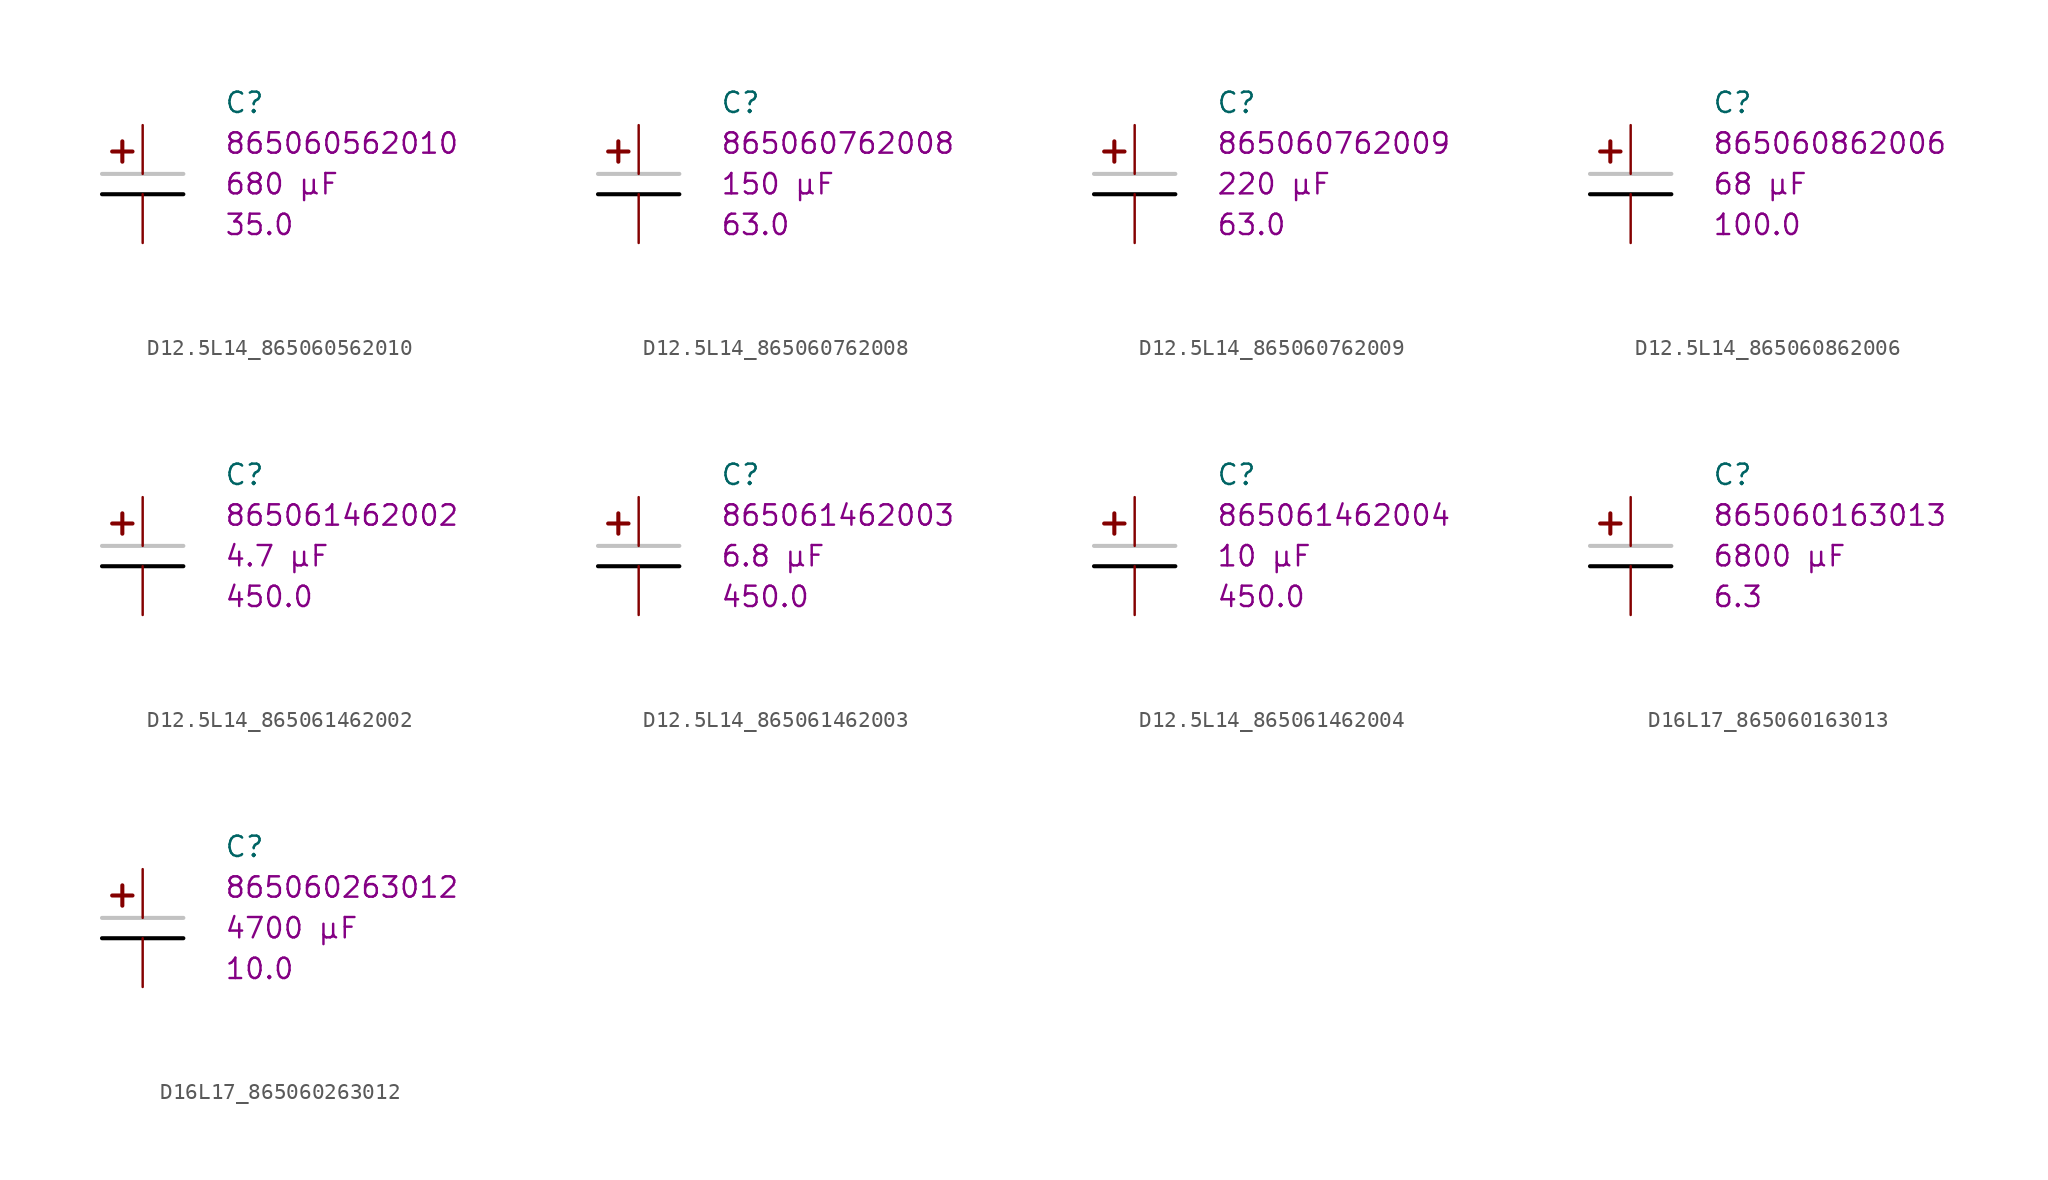
<source format=kicad_sym>
(kicad_symbol_lib
  (version 20220914)
  (generator kicad_symbol_editor)
  (symbol "D12.5L14_865060562010"
    (pin_numbers hide)
    (pin_names hide)
    (property "Reference" "C"
      (at 5.08 5.08 0)
      (effects (font (size 1.27 1.27)) (justify left)))
    (property "Part Number" "865060562010"
      (at 5.08 2.54 0)
      (effects (font (size 1.27 1.27)) (justify left)))
    (property "Capacitance" "680 µF"
      (at 5.08 0 0)
      (effects (font (size 1.27 1.27)) (justify left)))
    (property "Voltage" "35.0"
      (at 5.08 -2.54 0)
      (effects (font (size 1.27 1.27)) (justify left)))
    (property "Critical Parameter" ""
      (at 0 -7.62 0)
      (effects (font (size 1.27 1.27))))
    (symbol "D12.5L14_865060562010_1_1"
      (polyline (pts (xy -1.27 2.667) (xy -1.27 1.397)) (stroke (width 0.254) (type default)) (fill (type none)))
      (polyline (pts (xy -0.635 2.032) (xy -1.905 2.032)) (stroke (width 0.254) (type default)) (fill (type none)))
      (polyline (pts (xy 2.54 -0.635) (xy -2.54 -0.635)) (stroke (width 0.254) (type default) (color 0 0 0 1)) (fill (type none)))
      (polyline (pts (xy 2.54 0.635) (xy -2.54 0.635)) (stroke (width 0.254) (type default) (color 194 194 194 1)) (fill (type none)))
      (pin passive line (at 0 3.679 270) (length 3.044) (name "1" (effects (font (size 1.27 1.27)))) (number "1" (effects (font (size 1.27 1.27)))))
      (pin passive line (at 0 -3.679 90) (length 3.044) (name "2" (effects (font (size 1.27 1.27)))) (number "2" (effects (font (size 1.27 1.27)))))))
  (symbol "D12.5L14_865060762008"
    (pin_numbers hide)
    (pin_names hide)
    (property "Reference" "C"
      (at 5.08 5.08 0)
      (effects (font (size 1.27 1.27)) (justify left)))
    (property "Part Number" "865060762008"
      (at 5.08 2.54 0)
      (effects (font (size 1.27 1.27)) (justify left)))
    (property "Capacitance" "150 µF"
      (at 5.08 0 0)
      (effects (font (size 1.27 1.27)) (justify left)))
    (property "Voltage" "63.0"
      (at 5.08 -2.54 0)
      (effects (font (size 1.27 1.27)) (justify left)))
    (property "Critical Parameter" ""
      (at 0 -7.62 0)
      (effects (font (size 1.27 1.27))))
    (symbol "D12.5L14_865060762008_1_1"
      (polyline (pts (xy -1.27 2.667) (xy -1.27 1.397)) (stroke (width 0.254) (type default)) (fill (type none)))
      (polyline (pts (xy -0.635 2.032) (xy -1.905 2.032)) (stroke (width 0.254) (type default)) (fill (type none)))
      (polyline (pts (xy 2.54 -0.635) (xy -2.54 -0.635)) (stroke (width 0.254) (type default) (color 0 0 0 1)) (fill (type none)))
      (polyline (pts (xy 2.54 0.635) (xy -2.54 0.635)) (stroke (width 0.254) (type default) (color 194 194 194 1)) (fill (type none)))
      (pin passive line (at 0 3.679 270) (length 3.044) (name "1" (effects (font (size 1.27 1.27)))) (number "1" (effects (font (size 1.27 1.27)))))
      (pin passive line (at 0 -3.679 90) (length 3.044) (name "2" (effects (font (size 1.27 1.27)))) (number "2" (effects (font (size 1.27 1.27)))))))
  (symbol "D12.5L14_865060762009"
    (pin_numbers hide)
    (pin_names hide)
    (property "Reference" "C"
      (at 5.08 5.08 0)
      (effects (font (size 1.27 1.27)) (justify left)))
    (property "Part Number" "865060762009"
      (at 5.08 2.54 0)
      (effects (font (size 1.27 1.27)) (justify left)))
    (property "Capacitance" "220 µF"
      (at 5.08 0 0)
      (effects (font (size 1.27 1.27)) (justify left)))
    (property "Voltage" "63.0"
      (at 5.08 -2.54 0)
      (effects (font (size 1.27 1.27)) (justify left)))
    (property "Critical Parameter" ""
      (at 0 -7.62 0)
      (effects (font (size 1.27 1.27))))
    (symbol "D12.5L14_865060762009_1_1"
      (polyline (pts (xy -1.27 2.667) (xy -1.27 1.397)) (stroke (width 0.254) (type default)) (fill (type none)))
      (polyline (pts (xy -0.635 2.032) (xy -1.905 2.032)) (stroke (width 0.254) (type default)) (fill (type none)))
      (polyline (pts (xy 2.54 -0.635) (xy -2.54 -0.635)) (stroke (width 0.254) (type default) (color 0 0 0 1)) (fill (type none)))
      (polyline (pts (xy 2.54 0.635) (xy -2.54 0.635)) (stroke (width 0.254) (type default) (color 194 194 194 1)) (fill (type none)))
      (pin passive line (at 0 3.679 270) (length 3.044) (name "1" (effects (font (size 1.27 1.27)))) (number "1" (effects (font (size 1.27 1.27)))))
      (pin passive line (at 0 -3.679 90) (length 3.044) (name "2" (effects (font (size 1.27 1.27)))) (number "2" (effects (font (size 1.27 1.27)))))))
  (symbol "D12.5L14_865060862006"
    (pin_numbers hide)
    (pin_names hide)
    (property "Reference" "C"
      (at 5.08 5.08 0)
      (effects (font (size 1.27 1.27)) (justify left)))
    (property "Part Number" "865060862006"
      (at 5.08 2.54 0)
      (effects (font (size 1.27 1.27)) (justify left)))
    (property "Capacitance" "68 µF"
      (at 5.08 0 0)
      (effects (font (size 1.27 1.27)) (justify left)))
    (property "Voltage" "100.0"
      (at 5.08 -2.54 0)
      (effects (font (size 1.27 1.27)) (justify left)))
    (property "Critical Parameter" ""
      (at 0 -7.62 0)
      (effects (font (size 1.27 1.27))))
    (symbol "D12.5L14_865060862006_1_1"
      (polyline (pts (xy -1.27 2.667) (xy -1.27 1.397)) (stroke (width 0.254) (type default)) (fill (type none)))
      (polyline (pts (xy -0.635 2.032) (xy -1.905 2.032)) (stroke (width 0.254) (type default)) (fill (type none)))
      (polyline (pts (xy 2.54 -0.635) (xy -2.54 -0.635)) (stroke (width 0.254) (type default) (color 0 0 0 1)) (fill (type none)))
      (polyline (pts (xy 2.54 0.635) (xy -2.54 0.635)) (stroke (width 0.254) (type default) (color 194 194 194 1)) (fill (type none)))
      (pin passive line (at 0 3.679 270) (length 3.044) (name "1" (effects (font (size 1.27 1.27)))) (number "1" (effects (font (size 1.27 1.27)))))
      (pin passive line (at 0 -3.679 90) (length 3.044) (name "2" (effects (font (size 1.27 1.27)))) (number "2" (effects (font (size 1.27 1.27)))))))
  (symbol "D12.5L14_865061462002"
    (pin_numbers hide)
    (pin_names hide)
    (property "Reference" "C"
      (at 5.08 5.08 0)
      (effects (font (size 1.27 1.27)) (justify left)))
    (property "Part Number" "865061462002"
      (at 5.08 2.54 0)
      (effects (font (size 1.27 1.27)) (justify left)))
    (property "Capacitance" "4.7 µF"
      (at 5.08 0 0)
      (effects (font (size 1.27 1.27)) (justify left)))
    (property "Voltage" "450.0"
      (at 5.08 -2.54 0)
      (effects (font (size 1.27 1.27)) (justify left)))
    (property "Critical Parameter" ""
      (at 0 -7.62 0)
      (effects (font (size 1.27 1.27))))
    (symbol "D12.5L14_865061462002_1_1"
      (polyline (pts (xy -1.27 2.667) (xy -1.27 1.397)) (stroke (width 0.254) (type default)) (fill (type none)))
      (polyline (pts (xy -0.635 2.032) (xy -1.905 2.032)) (stroke (width 0.254) (type default)) (fill (type none)))
      (polyline (pts (xy 2.54 -0.635) (xy -2.54 -0.635)) (stroke (width 0.254) (type default) (color 0 0 0 1)) (fill (type none)))
      (polyline (pts (xy 2.54 0.635) (xy -2.54 0.635)) (stroke (width 0.254) (type default) (color 194 194 194 1)) (fill (type none)))
      (pin passive line (at 0 3.679 270) (length 3.044) (name "1" (effects (font (size 1.27 1.27)))) (number "1" (effects (font (size 1.27 1.27)))))
      (pin passive line (at 0 -3.679 90) (length 3.044) (name "2" (effects (font (size 1.27 1.27)))) (number "2" (effects (font (size 1.27 1.27)))))))
  (symbol "D12.5L14_865061462003"
    (pin_numbers hide)
    (pin_names hide)
    (property "Reference" "C"
      (at 5.08 5.08 0)
      (effects (font (size 1.27 1.27)) (justify left)))
    (property "Part Number" "865061462003"
      (at 5.08 2.54 0)
      (effects (font (size 1.27 1.27)) (justify left)))
    (property "Capacitance" "6.8 µF"
      (at 5.08 0 0)
      (effects (font (size 1.27 1.27)) (justify left)))
    (property "Voltage" "450.0"
      (at 5.08 -2.54 0)
      (effects (font (size 1.27 1.27)) (justify left)))
    (property "Critical Parameter" ""
      (at 0 -7.62 0)
      (effects (font (size 1.27 1.27))))
    (symbol "D12.5L14_865061462003_1_1"
      (polyline (pts (xy -1.27 2.667) (xy -1.27 1.397)) (stroke (width 0.254) (type default)) (fill (type none)))
      (polyline (pts (xy -0.635 2.032) (xy -1.905 2.032)) (stroke (width 0.254) (type default)) (fill (type none)))
      (polyline (pts (xy 2.54 -0.635) (xy -2.54 -0.635)) (stroke (width 0.254) (type default) (color 0 0 0 1)) (fill (type none)))
      (polyline (pts (xy 2.54 0.635) (xy -2.54 0.635)) (stroke (width 0.254) (type default) (color 194 194 194 1)) (fill (type none)))
      (pin passive line (at 0 3.679 270) (length 3.044) (name "1" (effects (font (size 1.27 1.27)))) (number "1" (effects (font (size 1.27 1.27)))))
      (pin passive line (at 0 -3.679 90) (length 3.044) (name "2" (effects (font (size 1.27 1.27)))) (number "2" (effects (font (size 1.27 1.27)))))))
  (symbol "D12.5L14_865061462004"
    (pin_numbers hide)
    (pin_names hide)
    (property "Reference" "C"
      (at 5.08 5.08 0)
      (effects (font (size 1.27 1.27)) (justify left)))
    (property "Part Number" "865061462004"
      (at 5.08 2.54 0)
      (effects (font (size 1.27 1.27)) (justify left)))
    (property "Capacitance" "10 µF"
      (at 5.08 0 0)
      (effects (font (size 1.27 1.27)) (justify left)))
    (property "Voltage" "450.0"
      (at 5.08 -2.54 0)
      (effects (font (size 1.27 1.27)) (justify left)))
    (property "Critical Parameter" ""
      (at 0 -7.62 0)
      (effects (font (size 1.27 1.27))))
    (symbol "D12.5L14_865061462004_1_1"
      (polyline (pts (xy -1.27 2.667) (xy -1.27 1.397)) (stroke (width 0.254) (type default)) (fill (type none)))
      (polyline (pts (xy -0.635 2.032) (xy -1.905 2.032)) (stroke (width 0.254) (type default)) (fill (type none)))
      (polyline (pts (xy 2.54 -0.635) (xy -2.54 -0.635)) (stroke (width 0.254) (type default) (color 0 0 0 1)) (fill (type none)))
      (polyline (pts (xy 2.54 0.635) (xy -2.54 0.635)) (stroke (width 0.254) (type default) (color 194 194 194 1)) (fill (type none)))
      (pin passive line (at 0 3.679 270) (length 3.044) (name "1" (effects (font (size 1.27 1.27)))) (number "1" (effects (font (size 1.27 1.27)))))
      (pin passive line (at 0 -3.679 90) (length 3.044) (name "2" (effects (font (size 1.27 1.27)))) (number "2" (effects (font (size 1.27 1.27)))))))
  (symbol "D16L17_865060163013"
    (pin_numbers hide)
    (pin_names hide)
    (property "Reference" "C"
      (at 5.08 5.08 0)
      (effects (font (size 1.27 1.27)) (justify left)))
    (property "Part Number" "865060163013"
      (at 5.08 2.54 0)
      (effects (font (size 1.27 1.27)) (justify left)))
    (property "Capacitance" "6800 µF"
      (at 5.08 0 0)
      (effects (font (size 1.27 1.27)) (justify left)))
    (property "Voltage" "6.3"
      (at 5.08 -2.54 0)
      (effects (font (size 1.27 1.27)) (justify left)))
    (property "Critical Parameter" ""
      (at 0 -7.62 0)
      (effects (font (size 1.27 1.27))))
    (symbol "D16L17_865060163013_1_1"
      (polyline (pts (xy -1.27 2.667) (xy -1.27 1.397)) (stroke (width 0.254) (type default)) (fill (type none)))
      (polyline (pts (xy -0.635 2.032) (xy -1.905 2.032)) (stroke (width 0.254) (type default)) (fill (type none)))
      (polyline (pts (xy 2.54 -0.635) (xy -2.54 -0.635)) (stroke (width 0.254) (type default) (color 0 0 0 1)) (fill (type none)))
      (polyline (pts (xy 2.54 0.635) (xy -2.54 0.635)) (stroke (width 0.254) (type default) (color 194 194 194 1)) (fill (type none)))
      (pin passive line (at 0 3.679 270) (length 3.044) (name "1" (effects (font (size 1.27 1.27)))) (number "1" (effects (font (size 1.27 1.27)))))
      (pin passive line (at 0 -3.679 90) (length 3.044) (name "2" (effects (font (size 1.27 1.27)))) (number "2" (effects (font (size 1.27 1.27)))))))
  (symbol "D16L17_865060263012"
    (pin_numbers hide)
    (pin_names hide)
    (property "Reference" "C"
      (at 5.08 5.08 0)
      (effects (font (size 1.27 1.27)) (justify left)))
    (property "Part Number" "865060263012"
      (at 5.08 2.54 0)
      (effects (font (size 1.27 1.27)) (justify left)))
    (property "Capacitance" "4700 µF"
      (at 5.08 0 0)
      (effects (font (size 1.27 1.27)) (justify left)))
    (property "Voltage" "10.0"
      (at 5.08 -2.54 0)
      (effects (font (size 1.27 1.27)) (justify left)))
    (property "Critical Parameter" ""
      (at 0 -7.62 0)
      (effects (font (size 1.27 1.27))))
    (symbol "D16L17_865060263012_1_1"
      (polyline (pts (xy -1.27 2.667) (xy -1.27 1.397)) (stroke (width 0.254) (type default)) (fill (type none)))
      (polyline (pts (xy -0.635 2.032) (xy -1.905 2.032)) (stroke (width 0.254) (type default)) (fill (type none)))
      (polyline (pts (xy 2.54 -0.635) (xy -2.54 -0.635)) (stroke (width 0.254) (type default) (color 0 0 0 1)) (fill (type none)))
      (polyline (pts (xy 2.54 0.635) (xy -2.54 0.635)) (stroke (width 0.254) (type default) (color 194 194 194 1)) (fill (type none)))
      (pin passive line (at 0 3.679 270) (length 3.044) (name "1" (effects (font (size 1.27 1.27)))) (number "1" (effects (font (size 1.27 1.27)))))
      (pin passive line (at 0 -3.679 90) (length 3.044) (name "2" (effects (font (size 1.27 1.27)))) (number "2" (effects (font (size 1.27 1.27))))))))
</source>
